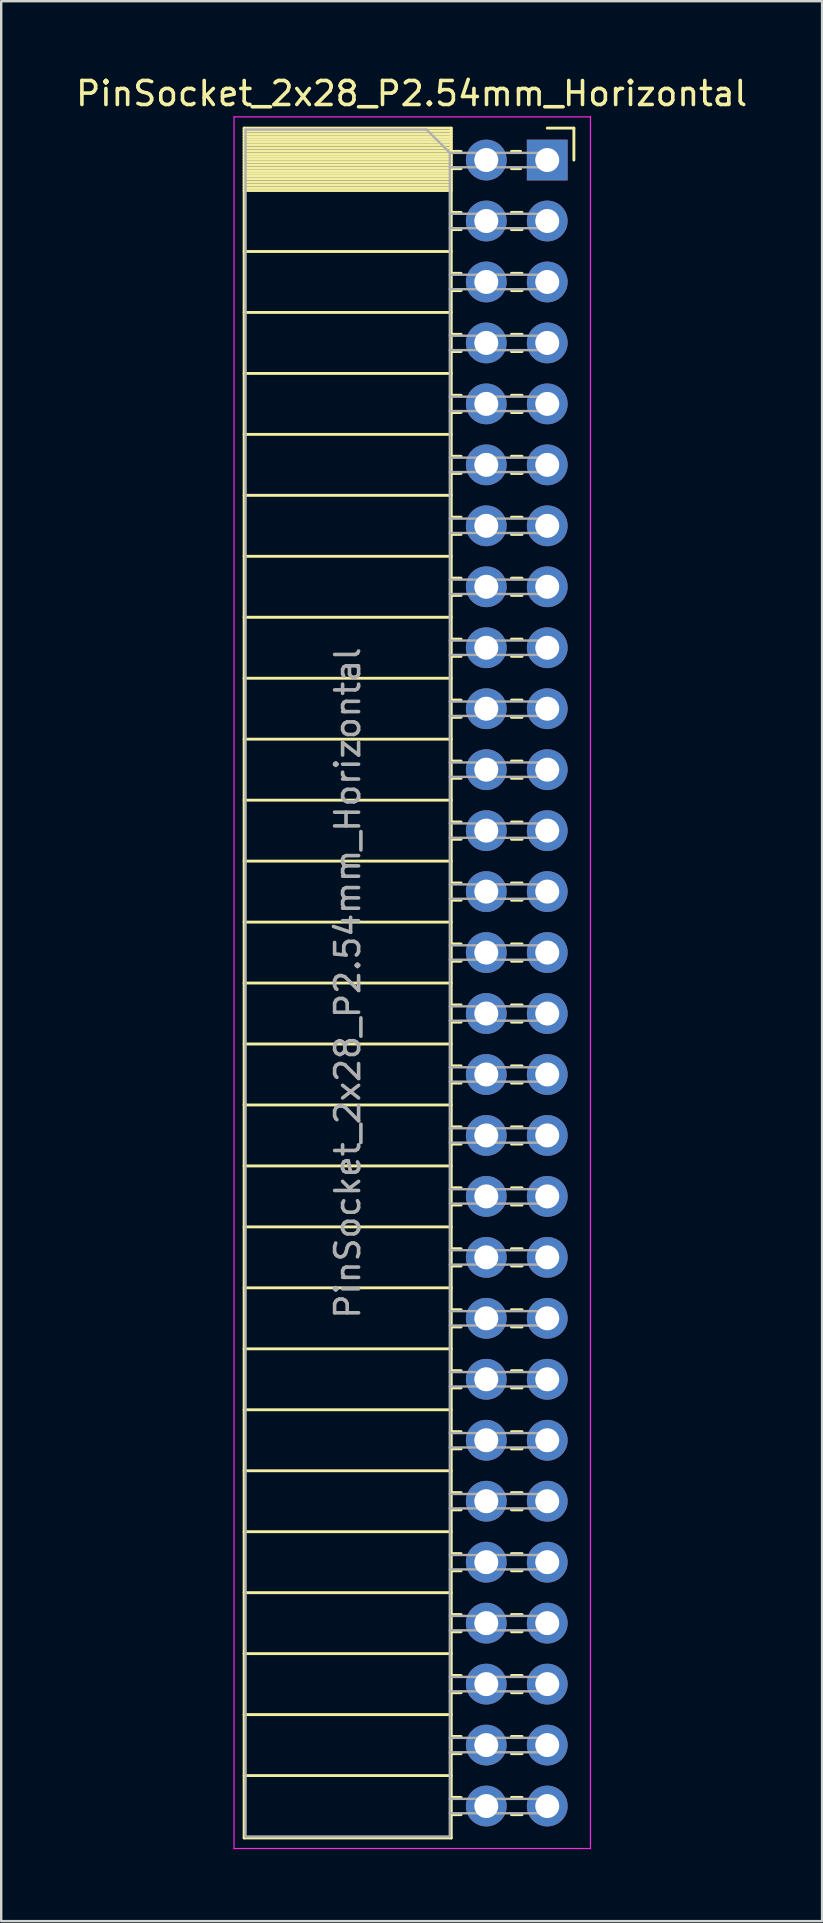
<source format=kicad_pcb>
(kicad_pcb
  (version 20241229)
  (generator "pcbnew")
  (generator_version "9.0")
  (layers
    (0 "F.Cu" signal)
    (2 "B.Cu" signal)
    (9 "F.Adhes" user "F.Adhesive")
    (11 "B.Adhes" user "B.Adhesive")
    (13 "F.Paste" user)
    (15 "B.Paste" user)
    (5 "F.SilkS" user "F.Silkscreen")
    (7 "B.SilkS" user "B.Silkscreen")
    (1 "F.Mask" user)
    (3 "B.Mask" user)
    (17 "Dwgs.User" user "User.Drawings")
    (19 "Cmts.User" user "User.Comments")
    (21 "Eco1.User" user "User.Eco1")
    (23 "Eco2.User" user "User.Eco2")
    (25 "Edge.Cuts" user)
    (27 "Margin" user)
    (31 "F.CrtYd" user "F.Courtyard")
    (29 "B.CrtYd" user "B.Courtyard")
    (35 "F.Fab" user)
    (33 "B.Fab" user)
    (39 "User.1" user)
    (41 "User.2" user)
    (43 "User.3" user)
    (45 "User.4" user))
  (footprint "PinSocket_2x28_P2.54mm_Horizontal"
    (layer "F.Cu")
    (at 19.751 3.618)
    (property "Reference" "PinSocket_2x28_P2.54mm_Horizontal" (at -5.65 -2.77 0) (layer "F.SilkS") (effects (font (size 1 1) (thickness 0.15))))
    (attr through_hole)
    (fp_line (start -12.63 -1.33) (end -12.63 69.91) (stroke (width 0.12) (type solid)) (layer "F.SilkS"))
    (fp_line (start -12.63 -1.33) (end -4 -1.33) (stroke (width 0.12) (type solid)) (layer "F.SilkS"))
    (fp_line (start -12.63 -1.21) (end -4 -1.21) (stroke (width 0.12) (type solid)) (layer "F.SilkS"))
    (fp_line (start -12.63 -1.092) (end -4 -1.092) (stroke (width 0.12) (type solid)) (layer "F.SilkS"))
    (fp_line (start -12.63 -0.974) (end -4 -0.974) (stroke (width 0.12) (type solid)) (layer "F.SilkS"))
    (fp_line (start -12.63 -0.856) (end -4 -0.856) (stroke (width 0.12) (type solid)) (layer "F.SilkS"))
    (fp_line (start -12.63 -0.738) (end -4 -0.738) (stroke (width 0.12) (type solid)) (layer "F.SilkS"))
    (fp_line (start -12.63 -0.62) (end -4 -0.62) (stroke (width 0.12) (type solid)) (layer "F.SilkS"))
    (fp_line (start -12.63 -0.501) (end -4 -0.501) (stroke (width 0.12) (type solid)) (layer "F.SilkS"))
    (fp_line (start -12.63 -0.383) (end -4 -0.383) (stroke (width 0.12) (type solid)) (layer "F.SilkS"))
    (fp_line (start -12.63 -0.265) (end -4 -0.265) (stroke (width 0.12) (type solid)) (layer "F.SilkS"))
    (fp_line (start -12.63 -0.147) (end -4 -0.147) (stroke (width 0.12) (type solid)) (layer "F.SilkS"))
    (fp_line (start -12.63 -0.029) (end -4 -0.029) (stroke (width 0.12) (type solid)) (layer "F.SilkS"))
    (fp_line (start -12.63 0.089) (end -4 0.089) (stroke (width 0.12) (type solid)) (layer "F.SilkS"))
    (fp_line (start -12.63 0.207) (end -4 0.207) (stroke (width 0.12) (type solid)) (layer "F.SilkS"))
    (fp_line (start -12.63 0.325) (end -4 0.325) (stroke (width 0.12) (type solid)) (layer "F.SilkS"))
    (fp_line (start -12.63 0.443) (end -4 0.443) (stroke (width 0.12) (type solid)) (layer "F.SilkS"))
    (fp_line (start -12.63 0.561) (end -4 0.561) (stroke (width 0.12) (type solid)) (layer "F.SilkS"))
    (fp_line (start -12.63 0.68) (end -4 0.68) (stroke (width 0.12) (type solid)) (layer "F.SilkS"))
    (fp_line (start -12.63 0.798) (end -4 0.798) (stroke (width 0.12) (type solid)) (layer "F.SilkS"))
    (fp_line (start -12.63 0.916) (end -4 0.916) (stroke (width 0.12) (type solid)) (layer "F.SilkS"))
    (fp_line (start -12.63 1.034) (end -4 1.034) (stroke (width 0.12) (type solid)) (layer "F.SilkS"))
    (fp_line (start -12.63 1.152) (end -4 1.152) (stroke (width 0.12) (type solid)) (layer "F.SilkS"))
    (fp_line (start -12.63 1.27) (end -4 1.27) (stroke (width 0.12) (type solid)) (layer "F.SilkS"))
    (fp_line (start -12.63 3.81) (end -4 3.81) (stroke (width 0.12) (type solid)) (layer "F.SilkS"))
    (fp_line (start -12.63 6.35) (end -4 6.35) (stroke (width 0.12) (type solid)) (layer "F.SilkS"))
    (fp_line (start -12.63 8.89) (end -4 8.89) (stroke (width 0.12) (type solid)) (layer "F.SilkS"))
    (fp_line (start -12.63 11.43) (end -4 11.43) (stroke (width 0.12) (type solid)) (layer "F.SilkS"))
    (fp_line (start -12.63 13.97) (end -4 13.97) (stroke (width 0.12) (type solid)) (layer "F.SilkS"))
    (fp_line (start -12.63 16.51) (end -4 16.51) (stroke (width 0.12) (type solid)) (layer "F.SilkS"))
    (fp_line (start -12.63 19.05) (end -4 19.05) (stroke (width 0.12) (type solid)) (layer "F.SilkS"))
    (fp_line (start -12.63 21.59) (end -4 21.59) (stroke (width 0.12) (type solid)) (layer "F.SilkS"))
    (fp_line (start -12.63 24.13) (end -4 24.13) (stroke (width 0.12) (type solid)) (layer "F.SilkS"))
    (fp_line (start -12.63 26.67) (end -4 26.67) (stroke (width 0.12) (type solid)) (layer "F.SilkS"))
    (fp_line (start -12.63 29.21) (end -4 29.21) (stroke (width 0.12) (type solid)) (layer "F.SilkS"))
    (fp_line (start -12.63 31.75) (end -4 31.75) (stroke (width 0.12) (type solid)) (layer "F.SilkS"))
    (fp_line (start -12.63 34.29) (end -4 34.29) (stroke (width 0.12) (type solid)) (layer "F.SilkS"))
    (fp_line (start -12.63 36.83) (end -4 36.83) (stroke (width 0.12) (type solid)) (layer "F.SilkS"))
    (fp_line (start -12.63 39.37) (end -4 39.37) (stroke (width 0.12) (type solid)) (layer "F.SilkS"))
    (fp_line (start -12.63 41.91) (end -4 41.91) (stroke (width 0.12) (type solid)) (layer "F.SilkS"))
    (fp_line (start -12.63 44.45) (end -4 44.45) (stroke (width 0.12) (type solid)) (layer "F.SilkS"))
    (fp_line (start -12.63 46.99) (end -4 46.99) (stroke (width 0.12) (type solid)) (layer "F.SilkS"))
    (fp_line (start -12.63 49.53) (end -4 49.53) (stroke (width 0.12) (type solid)) (layer "F.SilkS"))
    (fp_line (start -12.63 52.07) (end -4 52.07) (stroke (width 0.12) (type solid)) (layer "F.SilkS"))
    (fp_line (start -12.63 54.61) (end -4 54.61) (stroke (width 0.12) (type solid)) (layer "F.SilkS"))
    (fp_line (start -12.63 57.15) (end -4 57.15) (stroke (width 0.12) (type solid)) (layer "F.SilkS"))
    (fp_line (start -12.63 59.69) (end -4 59.69) (stroke (width 0.12) (type solid)) (layer "F.SilkS"))
    (fp_line (start -12.63 62.23) (end -4 62.23) (stroke (width 0.12) (type solid)) (layer "F.SilkS"))
    (fp_line (start -12.63 64.77) (end -4 64.77) (stroke (width 0.12) (type solid)) (layer "F.SilkS"))
    (fp_line (start -12.63 67.31) (end -4 67.31) (stroke (width 0.12) (type solid)) (layer "F.SilkS"))
    (fp_line (start -12.63 69.91) (end -4 69.91) (stroke (width 0.12) (type solid)) (layer "F.SilkS"))
    (fp_line (start -4 -1.33) (end -4 69.91) (stroke (width 0.12) (type solid)) (layer "F.SilkS"))
    (fp_line (start -4 -0.36) (end -3.59 -0.36) (stroke (width 0.12) (type solid)) (layer "F.SilkS"))
    (fp_line (start -4 0.36) (end -3.59 0.36) (stroke (width 0.12) (type solid)) (layer "F.SilkS"))
    (fp_line (start -4 2.18) (end -3.59 2.18) (stroke (width 0.12) (type solid)) (layer "F.SilkS"))
    (fp_line (start -4 2.9) (end -3.59 2.9) (stroke (width 0.12) (type solid)) (layer "F.SilkS"))
    (fp_line (start -4 4.72) (end -3.59 4.72) (stroke (width 0.12) (type solid)) (layer "F.SilkS"))
    (fp_line (start -4 5.44) (end -3.59 5.44) (stroke (width 0.12) (type solid)) (layer "F.SilkS"))
    (fp_line (start -4 7.26) (end -3.59 7.26) (stroke (width 0.12) (type solid)) (layer "F.SilkS"))
    (fp_line (start -4 7.98) (end -3.59 7.98) (stroke (width 0.12) (type solid)) (layer "F.SilkS"))
    (fp_line (start -4 9.8) (end -3.59 9.8) (stroke (width 0.12) (type solid)) (layer "F.SilkS"))
    (fp_line (start -4 10.52) (end -3.59 10.52) (stroke (width 0.12) (type solid)) (layer "F.SilkS"))
    (fp_line (start -4 12.34) (end -3.59 12.34) (stroke (width 0.12) (type solid)) (layer "F.SilkS"))
    (fp_line (start -4 13.06) (end -3.59 13.06) (stroke (width 0.12) (type solid)) (layer "F.SilkS"))
    (fp_line (start -4 14.88) (end -3.59 14.88) (stroke (width 0.12) (type solid)) (layer "F.SilkS"))
    (fp_line (start -4 15.6) (end -3.59 15.6) (stroke (width 0.12) (type solid)) (layer "F.SilkS"))
    (fp_line (start -4 17.42) (end -3.59 17.42) (stroke (width 0.12) (type solid)) (layer "F.SilkS"))
    (fp_line (start -4 18.14) (end -3.59 18.14) (stroke (width 0.12) (type solid)) (layer "F.SilkS"))
    (fp_line (start -4 19.96) (end -3.59 19.96) (stroke (width 0.12) (type solid)) (layer "F.SilkS"))
    (fp_line (start -4 20.68) (end -3.59 20.68) (stroke (width 0.12) (type solid)) (layer "F.SilkS"))
    (fp_line (start -4 22.5) (end -3.59 22.5) (stroke (width 0.12) (type solid)) (layer "F.SilkS"))
    (fp_line (start -4 23.22) (end -3.59 23.22) (stroke (width 0.12) (type solid)) (layer "F.SilkS"))
    (fp_line (start -4 25.04) (end -3.59 25.04) (stroke (width 0.12) (type solid)) (layer "F.SilkS"))
    (fp_line (start -4 25.76) (end -3.59 25.76) (stroke (width 0.12) (type solid)) (layer "F.SilkS"))
    (fp_line (start -4 27.58) (end -3.59 27.58) (stroke (width 0.12) (type solid)) (layer "F.SilkS"))
    (fp_line (start -4 28.3) (end -3.59 28.3) (stroke (width 0.12) (type solid)) (layer "F.SilkS"))
    (fp_line (start -4 30.12) (end -3.59 30.12) (stroke (width 0.12) (type solid)) (layer "F.SilkS"))
    (fp_line (start -4 30.84) (end -3.59 30.84) (stroke (width 0.12) (type solid)) (layer "F.SilkS"))
    (fp_line (start -4 32.66) (end -3.59 32.66) (stroke (width 0.12) (type solid)) (layer "F.SilkS"))
    (fp_line (start -4 33.38) (end -3.59 33.38) (stroke (width 0.12) (type solid)) (layer "F.SilkS"))
    (fp_line (start -4 35.2) (end -3.59 35.2) (stroke (width 0.12) (type solid)) (layer "F.SilkS"))
    (fp_line (start -4 35.92) (end -3.59 35.92) (stroke (width 0.12) (type solid)) (layer "F.SilkS"))
    (fp_line (start -4 37.74) (end -3.59 37.74) (stroke (width 0.12) (type solid)) (layer "F.SilkS"))
    (fp_line (start -4 38.46) (end -3.59 38.46) (stroke (width 0.12) (type solid)) (layer "F.SilkS"))
    (fp_line (start -4 40.28) (end -3.59 40.28) (stroke (width 0.12) (type solid)) (layer "F.SilkS"))
    (fp_line (start -4 41) (end -3.59 41) (stroke (width 0.12) (type solid)) (layer "F.SilkS"))
    (fp_line (start -4 42.82) (end -3.59 42.82) (stroke (width 0.12) (type solid)) (layer "F.SilkS"))
    (fp_line (start -4 43.54) (end -3.59 43.54) (stroke (width 0.12) (type solid)) (layer "F.SilkS"))
    (fp_line (start -4 45.36) (end -3.59 45.36) (stroke (width 0.12) (type solid)) (layer "F.SilkS"))
    (fp_line (start -4 46.08) (end -3.59 46.08) (stroke (width 0.12) (type solid)) (layer "F.SilkS"))
    (fp_line (start -4 47.9) (end -3.59 47.9) (stroke (width 0.12) (type solid)) (layer "F.SilkS"))
    (fp_line (start -4 48.62) (end -3.59 48.62) (stroke (width 0.12) (type solid)) (layer "F.SilkS"))
    (fp_line (start -4 50.44) (end -3.59 50.44) (stroke (width 0.12) (type solid)) (layer "F.SilkS"))
    (fp_line (start -4 51.16) (end -3.59 51.16) (stroke (width 0.12) (type solid)) (layer "F.SilkS"))
    (fp_line (start -4 52.98) (end -3.59 52.98) (stroke (width 0.12) (type solid)) (layer "F.SilkS"))
    (fp_line (start -4 53.7) (end -3.59 53.7) (stroke (width 0.12) (type solid)) (layer "F.SilkS"))
    (fp_line (start -4 55.52) (end -3.59 55.52) (stroke (width 0.12) (type solid)) (layer "F.SilkS"))
    (fp_line (start -4 56.24) (end -3.59 56.24) (stroke (width 0.12) (type solid)) (layer "F.SilkS"))
    (fp_line (start -4 58.06) (end -3.59 58.06) (stroke (width 0.12) (type solid)) (layer "F.SilkS"))
    (fp_line (start -4 58.78) (end -3.59 58.78) (stroke (width 0.12) (type solid)) (layer "F.SilkS"))
    (fp_line (start -4 60.6) (end -3.59 60.6) (stroke (width 0.12) (type solid)) (layer "F.SilkS"))
    (fp_line (start -4 61.32) (end -3.59 61.32) (stroke (width 0.12) (type solid)) (layer "F.SilkS"))
    (fp_line (start -4 63.14) (end -3.59 63.14) (stroke (width 0.12) (type solid)) (layer "F.SilkS"))
    (fp_line (start -4 63.86) (end -3.59 63.86) (stroke (width 0.12) (type solid)) (layer "F.SilkS"))
    (fp_line (start -4 65.68) (end -3.59 65.68) (stroke (width 0.12) (type solid)) (layer "F.SilkS"))
    (fp_line (start -4 66.4) (end -3.59 66.4) (stroke (width 0.12) (type solid)) (layer "F.SilkS"))
    (fp_line (start -4 68.22) (end -3.59 68.22) (stroke (width 0.12) (type solid)) (layer "F.SilkS"))
    (fp_line (start -4 68.94) (end -3.59 68.94) (stroke (width 0.12) (type solid)) (layer "F.SilkS"))
    (fp_line (start -1.49 -0.36) (end -1.11 -0.36) (stroke (width 0.12) (type solid)) (layer "F.SilkS"))
    (fp_line (start -1.49 0.36) (end -1.11 0.36) (stroke (width 0.12) (type solid)) (layer "F.SilkS"))
    (fp_line (start -1.49 2.18) (end -1.05 2.18) (stroke (width 0.12) (type solid)) (layer "F.SilkS"))
    (fp_line (start -1.49 2.9) (end -1.05 2.9) (stroke (width 0.12) (type solid)) (layer "F.SilkS"))
    (fp_line (start -1.49 4.72) (end -1.05 4.72) (stroke (width 0.12) (type solid)) (layer "F.SilkS"))
    (fp_line (start -1.49 5.44) (end -1.05 5.44) (stroke (width 0.12) (type solid)) (layer "F.SilkS"))
    (fp_line (start -1.49 7.26) (end -1.05 7.26) (stroke (width 0.12) (type solid)) (layer "F.SilkS"))
    (fp_line (start -1.49 7.98) (end -1.05 7.98) (stroke (width 0.12) (type solid)) (layer "F.SilkS"))
    (fp_line (start -1.49 9.8) (end -1.05 9.8) (stroke (width 0.12) (type solid)) (layer "F.SilkS"))
    (fp_line (start -1.49 10.52) (end -1.05 10.52) (stroke (width 0.12) (type solid)) (layer "F.SilkS"))
    (fp_line (start -1.49 12.34) (end -1.05 12.34) (stroke (width 0.12) (type solid)) (layer "F.SilkS"))
    (fp_line (start -1.49 13.06) (end -1.05 13.06) (stroke (width 0.12) (type solid)) (layer "F.SilkS"))
    (fp_line (start -1.49 14.88) (end -1.05 14.88) (stroke (width 0.12) (type solid)) (layer "F.SilkS"))
    (fp_line (start -1.49 15.6) (end -1.05 15.6) (stroke (width 0.12) (type solid)) (layer "F.SilkS"))
    (fp_line (start -1.49 17.42) (end -1.05 17.42) (stroke (width 0.12) (type solid)) (layer "F.SilkS"))
    (fp_line (start -1.49 18.14) (end -1.05 18.14) (stroke (width 0.12) (type solid)) (layer "F.SilkS"))
    (fp_line (start -1.49 19.96) (end -1.05 19.96) (stroke (width 0.12) (type solid)) (layer "F.SilkS"))
    (fp_line (start -1.49 20.68) (end -1.05 20.68) (stroke (width 0.12) (type solid)) (layer "F.SilkS"))
    (fp_line (start -1.49 22.5) (end -1.05 22.5) (stroke (width 0.12) (type solid)) (layer "F.SilkS"))
    (fp_line (start -1.49 23.22) (end -1.05 23.22) (stroke (width 0.12) (type solid)) (layer "F.SilkS"))
    (fp_line (start -1.49 25.04) (end -1.05 25.04) (stroke (width 0.12) (type solid)) (layer "F.SilkS"))
    (fp_line (start -1.49 25.76) (end -1.05 25.76) (stroke (width 0.12) (type solid)) (layer "F.SilkS"))
    (fp_line (start -1.49 27.58) (end -1.05 27.58) (stroke (width 0.12) (type solid)) (layer "F.SilkS"))
    (fp_line (start -1.49 28.3) (end -1.05 28.3) (stroke (width 0.12) (type solid)) (layer "F.SilkS"))
    (fp_line (start -1.49 30.12) (end -1.05 30.12) (stroke (width 0.12) (type solid)) (layer "F.SilkS"))
    (fp_line (start -1.49 30.84) (end -1.05 30.84) (stroke (width 0.12) (type solid)) (layer "F.SilkS"))
    (fp_line (start -1.49 32.66) (end -1.05 32.66) (stroke (width 0.12) (type solid)) (layer "F.SilkS"))
    (fp_line (start -1.49 33.38) (end -1.05 33.38) (stroke (width 0.12) (type solid)) (layer "F.SilkS"))
    (fp_line (start -1.49 35.2) (end -1.05 35.2) (stroke (width 0.12) (type solid)) (layer "F.SilkS"))
    (fp_line (start -1.49 35.92) (end -1.05 35.92) (stroke (width 0.12) (type solid)) (layer "F.SilkS"))
    (fp_line (start -1.49 37.74) (end -1.05 37.74) (stroke (width 0.12) (type solid)) (layer "F.SilkS"))
    (fp_line (start -1.49 38.46) (end -1.05 38.46) (stroke (width 0.12) (type solid)) (layer "F.SilkS"))
    (fp_line (start -1.49 40.28) (end -1.05 40.28) (stroke (width 0.12) (type solid)) (layer "F.SilkS"))
    (fp_line (start -1.49 41) (end -1.05 41) (stroke (width 0.12) (type solid)) (layer "F.SilkS"))
    (fp_line (start -1.49 42.82) (end -1.05 42.82) (stroke (width 0.12) (type solid)) (layer "F.SilkS"))
    (fp_line (start -1.49 43.54) (end -1.05 43.54) (stroke (width 0.12) (type solid)) (layer "F.SilkS"))
    (fp_line (start -1.49 45.36) (end -1.05 45.36) (stroke (width 0.12) (type solid)) (layer "F.SilkS"))
    (fp_line (start -1.49 46.08) (end -1.05 46.08) (stroke (width 0.12) (type solid)) (layer "F.SilkS"))
    (fp_line (start -1.49 47.9) (end -1.05 47.9) (stroke (width 0.12) (type solid)) (layer "F.SilkS"))
    (fp_line (start -1.49 48.62) (end -1.05 48.62) (stroke (width 0.12) (type solid)) (layer "F.SilkS"))
    (fp_line (start -1.49 50.44) (end -1.05 50.44) (stroke (width 0.12) (type solid)) (layer "F.SilkS"))
    (fp_line (start -1.49 51.16) (end -1.05 51.16) (stroke (width 0.12) (type solid)) (layer "F.SilkS"))
    (fp_line (start -1.49 52.98) (end -1.05 52.98) (stroke (width 0.12) (type solid)) (layer "F.SilkS"))
    (fp_line (start -1.49 53.7) (end -1.05 53.7) (stroke (width 0.12) (type solid)) (layer "F.SilkS"))
    (fp_line (start -1.49 55.52) (end -1.05 55.52) (stroke (width 0.12) (type solid)) (layer "F.SilkS"))
    (fp_line (start -1.49 56.24) (end -1.05 56.24) (stroke (width 0.12) (type solid)) (layer "F.SilkS"))
    (fp_line (start -1.49 58.06) (end -1.05 58.06) (stroke (width 0.12) (type solid)) (layer "F.SilkS"))
    (fp_line (start -1.49 58.78) (end -1.05 58.78) (stroke (width 0.12) (type solid)) (layer "F.SilkS"))
    (fp_line (start -1.49 60.6) (end -1.05 60.6) (stroke (width 0.12) (type solid)) (layer "F.SilkS"))
    (fp_line (start -1.49 61.32) (end -1.05 61.32) (stroke (width 0.12) (type solid)) (layer "F.SilkS"))
    (fp_line (start -1.49 63.14) (end -1.05 63.14) (stroke (width 0.12) (type solid)) (layer "F.SilkS"))
    (fp_line (start -1.49 63.86) (end -1.05 63.86) (stroke (width 0.12) (type solid)) (layer "F.SilkS"))
    (fp_line (start -1.49 65.68) (end -1.05 65.68) (stroke (width 0.12) (type solid)) (layer "F.SilkS"))
    (fp_line (start -1.49 66.4) (end -1.05 66.4) (stroke (width 0.12) (type solid)) (layer "F.SilkS"))
    (fp_line (start -1.49 68.22) (end -1.05 68.22) (stroke (width 0.12) (type solid)) (layer "F.SilkS"))
    (fp_line (start -1.49 68.94) (end -1.05 68.94) (stroke (width 0.12) (type solid)) (layer "F.SilkS"))
    (fp_line (start 0 -1.33) (end 1.11 -1.33) (stroke (width 0.12) (type solid)) (layer "F.SilkS"))
    (fp_line (start 1.11 -1.33) (end 1.11 0) (stroke (width 0.12) (type solid)) (layer "F.SilkS"))
    (fp_line (start -13.05 -1.8) (end -13.05 70.35) (stroke (width 0.05) (type solid)) (layer "F.CrtYd"))
    (fp_line (start -13.05 70.35) (end 1.8 70.35) (stroke (width 0.05) (type solid)) (layer "F.CrtYd"))
    (fp_line (start 1.8 -1.8) (end -13.05 -1.8) (stroke (width 0.05) (type solid)) (layer "F.CrtYd"))
    (fp_line (start 1.8 70.35) (end 1.8 -1.8) (stroke (width 0.05) (type solid)) (layer "F.CrtYd"))
    (fp_line (start -12.57 -1.27) (end -5.03 -1.27) (stroke (width 0.1) (type solid)) (layer "F.Fab"))
    (fp_line (start -12.57 69.85) (end -12.57 -1.27) (stroke (width 0.1) (type solid)) (layer "F.Fab"))
    (fp_line (start -5.03 -1.27) (end -4.06 -0.3) (stroke (width 0.1) (type solid)) (layer "F.Fab"))
    (fp_line (start -4.06 -0.3) (end -4.06 69.85) (stroke (width 0.1) (type solid)) (layer "F.Fab"))
    (fp_line (start -4.06 0.3) (end 0 0.3) (stroke (width 0.1) (type solid)) (layer "F.Fab"))
    (fp_line (start -4.06 2.84) (end 0 2.84) (stroke (width 0.1) (type solid)) (layer "F.Fab"))
    (fp_line (start -4.06 5.38) (end 0 5.38) (stroke (width 0.1) (type solid)) (layer "F.Fab"))
    (fp_line (start -4.06 7.92) (end 0 7.92) (stroke (width 0.1) (type solid)) (layer "F.Fab"))
    (fp_line (start -4.06 10.46) (end 0 10.46) (stroke (width 0.1) (type solid)) (layer "F.Fab"))
    (fp_line (start -4.06 13) (end 0 13) (stroke (width 0.1) (type solid)) (layer "F.Fab"))
    (fp_line (start -4.06 15.54) (end 0 15.54) (stroke (width 0.1) (type solid)) (layer "F.Fab"))
    (fp_line (start -4.06 18.08) (end 0 18.08) (stroke (width 0.1) (type solid)) (layer "F.Fab"))
    (fp_line (start -4.06 20.62) (end 0 20.62) (stroke (width 0.1) (type solid)) (layer "F.Fab"))
    (fp_line (start -4.06 23.16) (end 0 23.16) (stroke (width 0.1) (type solid)) (layer "F.Fab"))
    (fp_line (start -4.06 25.7) (end 0 25.7) (stroke (width 0.1) (type solid)) (layer "F.Fab"))
    (fp_line (start -4.06 28.24) (end 0 28.24) (stroke (width 0.1) (type solid)) (layer "F.Fab"))
    (fp_line (start -4.06 30.78) (end 0 30.78) (stroke (width 0.1) (type solid)) (layer "F.Fab"))
    (fp_line (start -4.06 33.32) (end 0 33.32) (stroke (width 0.1) (type solid)) (layer "F.Fab"))
    (fp_line (start -4.06 35.86) (end 0 35.86) (stroke (width 0.1) (type solid)) (layer "F.Fab"))
    (fp_line (start -4.06 38.4) (end 0 38.4) (stroke (width 0.1) (type solid)) (layer "F.Fab"))
    (fp_line (start -4.06 40.94) (end 0 40.94) (stroke (width 0.1) (type solid)) (layer "F.Fab"))
    (fp_line (start -4.06 43.48) (end 0 43.48) (stroke (width 0.1) (type solid)) (layer "F.Fab"))
    (fp_line (start -4.06 46.02) (end 0 46.02) (stroke (width 0.1) (type solid)) (layer "F.Fab"))
    (fp_line (start -4.06 48.56) (end 0 48.56) (stroke (width 0.1) (type solid)) (layer "F.Fab"))
    (fp_line (start -4.06 51.1) (end 0 51.1) (stroke (width 0.1) (type solid)) (layer "F.Fab"))
    (fp_line (start -4.06 53.64) (end 0 53.64) (stroke (width 0.1) (type solid)) (layer "F.Fab"))
    (fp_line (start -4.06 56.18) (end 0 56.18) (stroke (width 0.1) (type solid)) (layer "F.Fab"))
    (fp_line (start -4.06 58.72) (end 0 58.72) (stroke (width 0.1) (type solid)) (layer "F.Fab"))
    (fp_line (start -4.06 61.26) (end 0 61.26) (stroke (width 0.1) (type solid)) (layer "F.Fab"))
    (fp_line (start -4.06 63.8) (end 0 63.8) (stroke (width 0.1) (type solid)) (layer "F.Fab"))
    (fp_line (start -4.06 66.34) (end 0 66.34) (stroke (width 0.1) (type solid)) (layer "F.Fab"))
    (fp_line (start -4.06 68.88) (end 0 68.88) (stroke (width 0.1) (type solid)) (layer "F.Fab"))
    (fp_line (start -4.06 69.85) (end -12.57 69.85) (stroke (width 0.1) (type solid)) (layer "F.Fab"))
    (fp_line (start 0 -0.3) (end -4.06 -0.3) (stroke (width 0.1) (type solid)) (layer "F.Fab"))
    (fp_line (start 0 0.3) (end 0 -0.3) (stroke (width 0.1) (type solid)) (layer "F.Fab"))
    (fp_line (start 0 2.24) (end -4.06 2.24) (stroke (width 0.1) (type solid)) (layer "F.Fab"))
    (fp_line (start 0 2.84) (end 0 2.24) (stroke (width 0.1) (type solid)) (layer "F.Fab"))
    (fp_line (start 0 4.78) (end -4.06 4.78) (stroke (width 0.1) (type solid)) (layer "F.Fab"))
    (fp_line (start 0 5.38) (end 0 4.78) (stroke (width 0.1) (type solid)) (layer "F.Fab"))
    (fp_line (start 0 7.32) (end -4.06 7.32) (stroke (width 0.1) (type solid)) (layer "F.Fab"))
    (fp_line (start 0 7.92) (end 0 7.32) (stroke (width 0.1) (type solid)) (layer "F.Fab"))
    (fp_line (start 0 9.86) (end -4.06 9.86) (stroke (width 0.1) (type solid)) (layer "F.Fab"))
    (fp_line (start 0 10.46) (end 0 9.86) (stroke (width 0.1) (type solid)) (layer "F.Fab"))
    (fp_line (start 0 12.4) (end -4.06 12.4) (stroke (width 0.1) (type solid)) (layer "F.Fab"))
    (fp_line (start 0 13) (end 0 12.4) (stroke (width 0.1) (type solid)) (layer "F.Fab"))
    (fp_line (start 0 14.94) (end -4.06 14.94) (stroke (width 0.1) (type solid)) (layer "F.Fab"))
    (fp_line (start 0 15.54) (end 0 14.94) (stroke (width 0.1) (type solid)) (layer "F.Fab"))
    (fp_line (start 0 17.48) (end -4.06 17.48) (stroke (width 0.1) (type solid)) (layer "F.Fab"))
    (fp_line (start 0 18.08) (end 0 17.48) (stroke (width 0.1) (type solid)) (layer "F.Fab"))
    (fp_line (start 0 20.02) (end -4.06 20.02) (stroke (width 0.1) (type solid)) (layer "F.Fab"))
    (fp_line (start 0 20.62) (end 0 20.02) (stroke (width 0.1) (type solid)) (layer "F.Fab"))
    (fp_line (start 0 22.56) (end -4.06 22.56) (stroke (width 0.1) (type solid)) (layer "F.Fab"))
    (fp_line (start 0 23.16) (end 0 22.56) (stroke (width 0.1) (type solid)) (layer "F.Fab"))
    (fp_line (start 0 25.1) (end -4.06 25.1) (stroke (width 0.1) (type solid)) (layer "F.Fab"))
    (fp_line (start 0 25.7) (end 0 25.1) (stroke (width 0.1) (type solid)) (layer "F.Fab"))
    (fp_line (start 0 27.64) (end -4.06 27.64) (stroke (width 0.1) (type solid)) (layer "F.Fab"))
    (fp_line (start 0 28.24) (end 0 27.64) (stroke (width 0.1) (type solid)) (layer "F.Fab"))
    (fp_line (start 0 30.18) (end -4.06 30.18) (stroke (width 0.1) (type solid)) (layer "F.Fab"))
    (fp_line (start 0 30.78) (end 0 30.18) (stroke (width 0.1) (type solid)) (layer "F.Fab"))
    (fp_line (start 0 32.72) (end -4.06 32.72) (stroke (width 0.1) (type solid)) (layer "F.Fab"))
    (fp_line (start 0 33.32) (end 0 32.72) (stroke (width 0.1) (type solid)) (layer "F.Fab"))
    (fp_line (start 0 35.26) (end -4.06 35.26) (stroke (width 0.1) (type solid)) (layer "F.Fab"))
    (fp_line (start 0 35.86) (end 0 35.26) (stroke (width 0.1) (type solid)) (layer "F.Fab"))
    (fp_line (start 0 37.8) (end -4.06 37.8) (stroke (width 0.1) (type solid)) (layer "F.Fab"))
    (fp_line (start 0 38.4) (end 0 37.8) (stroke (width 0.1) (type solid)) (layer "F.Fab"))
    (fp_line (start 0 40.34) (end -4.06 40.34) (stroke (width 0.1) (type solid)) (layer "F.Fab"))
    (fp_line (start 0 40.94) (end 0 40.34) (stroke (width 0.1) (type solid)) (layer "F.Fab"))
    (fp_line (start 0 42.88) (end -4.06 42.88) (stroke (width 0.1) (type solid)) (layer "F.Fab"))
    (fp_line (start 0 43.48) (end 0 42.88) (stroke (width 0.1) (type solid)) (layer "F.Fab"))
    (fp_line (start 0 45.42) (end -4.06 45.42) (stroke (width 0.1) (type solid)) (layer "F.Fab"))
    (fp_line (start 0 46.02) (end 0 45.42) (stroke (width 0.1) (type solid)) (layer "F.Fab"))
    (fp_line (start 0 47.96) (end -4.06 47.96) (stroke (width 0.1) (type solid)) (layer "F.Fab"))
    (fp_line (start 0 48.56) (end 0 47.96) (stroke (width 0.1) (type solid)) (layer "F.Fab"))
    (fp_line (start 0 50.5) (end -4.06 50.5) (stroke (width 0.1) (type solid)) (layer "F.Fab"))
    (fp_line (start 0 51.1) (end 0 50.5) (stroke (width 0.1) (type solid)) (layer "F.Fab"))
    (fp_line (start 0 53.04) (end -4.06 53.04) (stroke (width 0.1) (type solid)) (layer "F.Fab"))
    (fp_line (start 0 53.64) (end 0 53.04) (stroke (width 0.1) (type solid)) (layer "F.Fab"))
    (fp_line (start 0 55.58) (end -4.06 55.58) (stroke (width 0.1) (type solid)) (layer "F.Fab"))
    (fp_line (start 0 56.18) (end 0 55.58) (stroke (width 0.1) (type solid)) (layer "F.Fab"))
    (fp_line (start 0 58.12) (end -4.06 58.12) (stroke (width 0.1) (type solid)) (layer "F.Fab"))
    (fp_line (start 0 58.72) (end 0 58.12) (stroke (width 0.1) (type solid)) (layer "F.Fab"))
    (fp_line (start 0 60.66) (end -4.06 60.66) (stroke (width 0.1) (type solid)) (layer "F.Fab"))
    (fp_line (start 0 61.26) (end 0 60.66) (stroke (width 0.1) (type solid)) (layer "F.Fab"))
    (fp_line (start 0 63.2) (end -4.06 63.2) (stroke (width 0.1) (type solid)) (layer "F.Fab"))
    (fp_line (start 0 63.8) (end 0 63.2) (stroke (width 0.1) (type solid)) (layer "F.Fab"))
    (fp_line (start 0 65.74) (end -4.06 65.74) (stroke (width 0.1) (type solid)) (layer "F.Fab"))
    (fp_line (start 0 66.34) (end 0 65.74) (stroke (width 0.1) (type solid)) (layer "F.Fab"))
    (fp_line (start 0 68.28) (end -4.06 68.28) (stroke (width 0.1) (type solid)) (layer "F.Fab"))
    (fp_line (start 0 68.88) (end 0 68.28) (stroke (width 0.1) (type solid)) (layer "F.Fab"))
    (fp_text user "${REFERENCE}" (at -8.315 34.29 90) (layer "F.Fab") (effects (font (size 1 1) (thickness 0.15))))
    (pad "1" thru_hole rect (at 0 0) (size 1.7 1.7) (drill 1) (layers "*.Cu" "*.Mask"))
    (pad "2" thru_hole oval (at -2.54 0) (size 1.7 1.7) (drill 1) (layers "*.Cu" "*.Mask"))
    (pad "3" thru_hole oval (at 0 2.54) (size 1.7 1.7) (drill 1) (layers "*.Cu" "*.Mask"))
    (pad "4" thru_hole oval (at -2.54 2.54) (size 1.7 1.7) (drill 1) (layers "*.Cu" "*.Mask"))
    (pad "5" thru_hole oval (at 0 5.08) (size 1.7 1.7) (drill 1) (layers "*.Cu" "*.Mask"))
    (pad "6" thru_hole oval (at -2.54 5.08) (size 1.7 1.7) (drill 1) (layers "*.Cu" "*.Mask"))
    (pad "7" thru_hole oval (at 0 7.62) (size 1.7 1.7) (drill 1) (layers "*.Cu" "*.Mask"))
    (pad "8" thru_hole oval (at -2.54 7.62) (size 1.7 1.7) (drill 1) (layers "*.Cu" "*.Mask"))
    (pad "9" thru_hole oval (at 0 10.16) (size 1.7 1.7) (drill 1) (layers "*.Cu" "*.Mask"))
    (pad "10" thru_hole oval (at -2.54 10.16) (size 1.7 1.7) (drill 1) (layers "*.Cu" "*.Mask"))
    (pad "11" thru_hole oval (at 0 12.7) (size 1.7 1.7) (drill 1) (layers "*.Cu" "*.Mask"))
    (pad "12" thru_hole oval (at -2.54 12.7) (size 1.7 1.7) (drill 1) (layers "*.Cu" "*.Mask"))
    (pad "13" thru_hole oval (at 0 15.24) (size 1.7 1.7) (drill 1) (layers "*.Cu" "*.Mask"))
    (pad "14" thru_hole oval (at -2.54 15.24) (size 1.7 1.7) (drill 1) (layers "*.Cu" "*.Mask"))
    (pad "15" thru_hole oval (at 0 17.78) (size 1.7 1.7) (drill 1) (layers "*.Cu" "*.Mask"))
    (pad "16" thru_hole oval (at -2.54 17.78) (size 1.7 1.7) (drill 1) (layers "*.Cu" "*.Mask"))
    (pad "17" thru_hole oval (at 0 20.32) (size 1.7 1.7) (drill 1) (layers "*.Cu" "*.Mask"))
    (pad "18" thru_hole oval (at -2.54 20.32) (size 1.7 1.7) (drill 1) (layers "*.Cu" "*.Mask"))
    (pad "19" thru_hole oval (at 0 22.86) (size 1.7 1.7) (drill 1) (layers "*.Cu" "*.Mask"))
    (pad "20" thru_hole oval (at -2.54 22.86) (size 1.7 1.7) (drill 1) (layers "*.Cu" "*.Mask"))
    (pad "21" thru_hole oval (at 0 25.4) (size 1.7 1.7) (drill 1) (layers "*.Cu" "*.Mask"))
    (pad "22" thru_hole oval (at -2.54 25.4) (size 1.7 1.7) (drill 1) (layers "*.Cu" "*.Mask"))
    (pad "23" thru_hole oval (at 0 27.94) (size 1.7 1.7) (drill 1) (layers "*.Cu" "*.Mask"))
    (pad "24" thru_hole oval (at -2.54 27.94) (size 1.7 1.7) (drill 1) (layers "*.Cu" "*.Mask"))
    (pad "25" thru_hole oval (at 0 30.48) (size 1.7 1.7) (drill 1) (layers "*.Cu" "*.Mask"))
    (pad "26" thru_hole oval (at -2.54 30.48) (size 1.7 1.7) (drill 1) (layers "*.Cu" "*.Mask"))
    (pad "27" thru_hole oval (at 0 33.02) (size 1.7 1.7) (drill 1) (layers "*.Cu" "*.Mask"))
    (pad "28" thru_hole oval (at -2.54 33.02) (size 1.7 1.7) (drill 1) (layers "*.Cu" "*.Mask"))
    (pad "29" thru_hole oval (at 0 35.56) (size 1.7 1.7) (drill 1) (layers "*.Cu" "*.Mask"))
    (pad "30" thru_hole oval (at -2.54 35.56) (size 1.7 1.7) (drill 1) (layers "*.Cu" "*.Mask"))
    (pad "31" thru_hole oval (at 0 38.1) (size 1.7 1.7) (drill 1) (layers "*.Cu" "*.Mask"))
    (pad "32" thru_hole oval (at -2.54 38.1) (size 1.7 1.7) (drill 1) (layers "*.Cu" "*.Mask"))
    (pad "33" thru_hole oval (at 0 40.64) (size 1.7 1.7) (drill 1) (layers "*.Cu" "*.Mask"))
    (pad "34" thru_hole oval (at -2.54 40.64) (size 1.7 1.7) (drill 1) (layers "*.Cu" "*.Mask"))
    (pad "35" thru_hole oval (at 0 43.18) (size 1.7 1.7) (drill 1) (layers "*.Cu" "*.Mask"))
    (pad "36" thru_hole oval (at -2.54 43.18) (size 1.7 1.7) (drill 1) (layers "*.Cu" "*.Mask"))
    (pad "37" thru_hole oval (at 0 45.72) (size 1.7 1.7) (drill 1) (layers "*.Cu" "*.Mask"))
    (pad "38" thru_hole oval (at -2.54 45.72) (size 1.7 1.7) (drill 1) (layers "*.Cu" "*.Mask"))
    (pad "39" thru_hole oval (at 0 48.26) (size 1.7 1.7) (drill 1) (layers "*.Cu" "*.Mask"))
    (pad "40" thru_hole oval (at -2.54 48.26) (size 1.7 1.7) (drill 1) (layers "*.Cu" "*.Mask"))
    (pad "41" thru_hole oval (at 0 50.8) (size 1.7 1.7) (drill 1) (layers "*.Cu" "*.Mask"))
    (pad "42" thru_hole oval (at -2.54 50.8) (size 1.7 1.7) (drill 1) (layers "*.Cu" "*.Mask"))
    (pad "43" thru_hole oval (at 0 53.34) (size 1.7 1.7) (drill 1) (layers "*.Cu" "*.Mask"))
    (pad "44" thru_hole oval (at -2.54 53.34) (size 1.7 1.7) (drill 1) (layers "*.Cu" "*.Mask"))
    (pad "45" thru_hole oval (at 0 55.88) (size 1.7 1.7) (drill 1) (layers "*.Cu" "*.Mask"))
    (pad "46" thru_hole oval (at -2.54 55.88) (size 1.7 1.7) (drill 1) (layers "*.Cu" "*.Mask"))
    (pad "47" thru_hole oval (at 0 58.42) (size 1.7 1.7) (drill 1) (layers "*.Cu" "*.Mask"))
    (pad "48" thru_hole oval (at -2.54 58.42) (size 1.7 1.7) (drill 1) (layers "*.Cu" "*.Mask"))
    (pad "49" thru_hole oval (at 0 60.96) (size 1.7 1.7) (drill 1) (layers "*.Cu" "*.Mask"))
    (pad "50" thru_hole oval (at -2.54 60.96) (size 1.7 1.7) (drill 1) (layers "*.Cu" "*.Mask"))
    (pad "51" thru_hole oval (at 0 63.5) (size 1.7 1.7) (drill 1) (layers "*.Cu" "*.Mask"))
    (pad "52" thru_hole oval (at -2.54 63.5) (size 1.7 1.7) (drill 1) (layers "*.Cu" "*.Mask"))
    (pad "53" thru_hole oval (at 0 66.04) (size 1.7 1.7) (drill 1) (layers "*.Cu" "*.Mask"))
    (pad "54" thru_hole oval (at -2.54 66.04) (size 1.7 1.7) (drill 1) (layers "*.Cu" "*.Mask"))
    (pad "55" thru_hole oval (at 0 68.58) (size 1.7 1.7) (drill 1) (layers "*.Cu" "*.Mask"))
    (pad "56" thru_hole oval (at -2.54 68.58) (size 1.7 1.7) (drill 1) (layers "*.Cu" "*.Mask")))
  (gr_rect
    (start -3 -3)
    (end 31.202 76.993)
    (stroke (width 0.1) (type default))
    (fill no)
    (layer "Edge.Cuts")))
</source>
